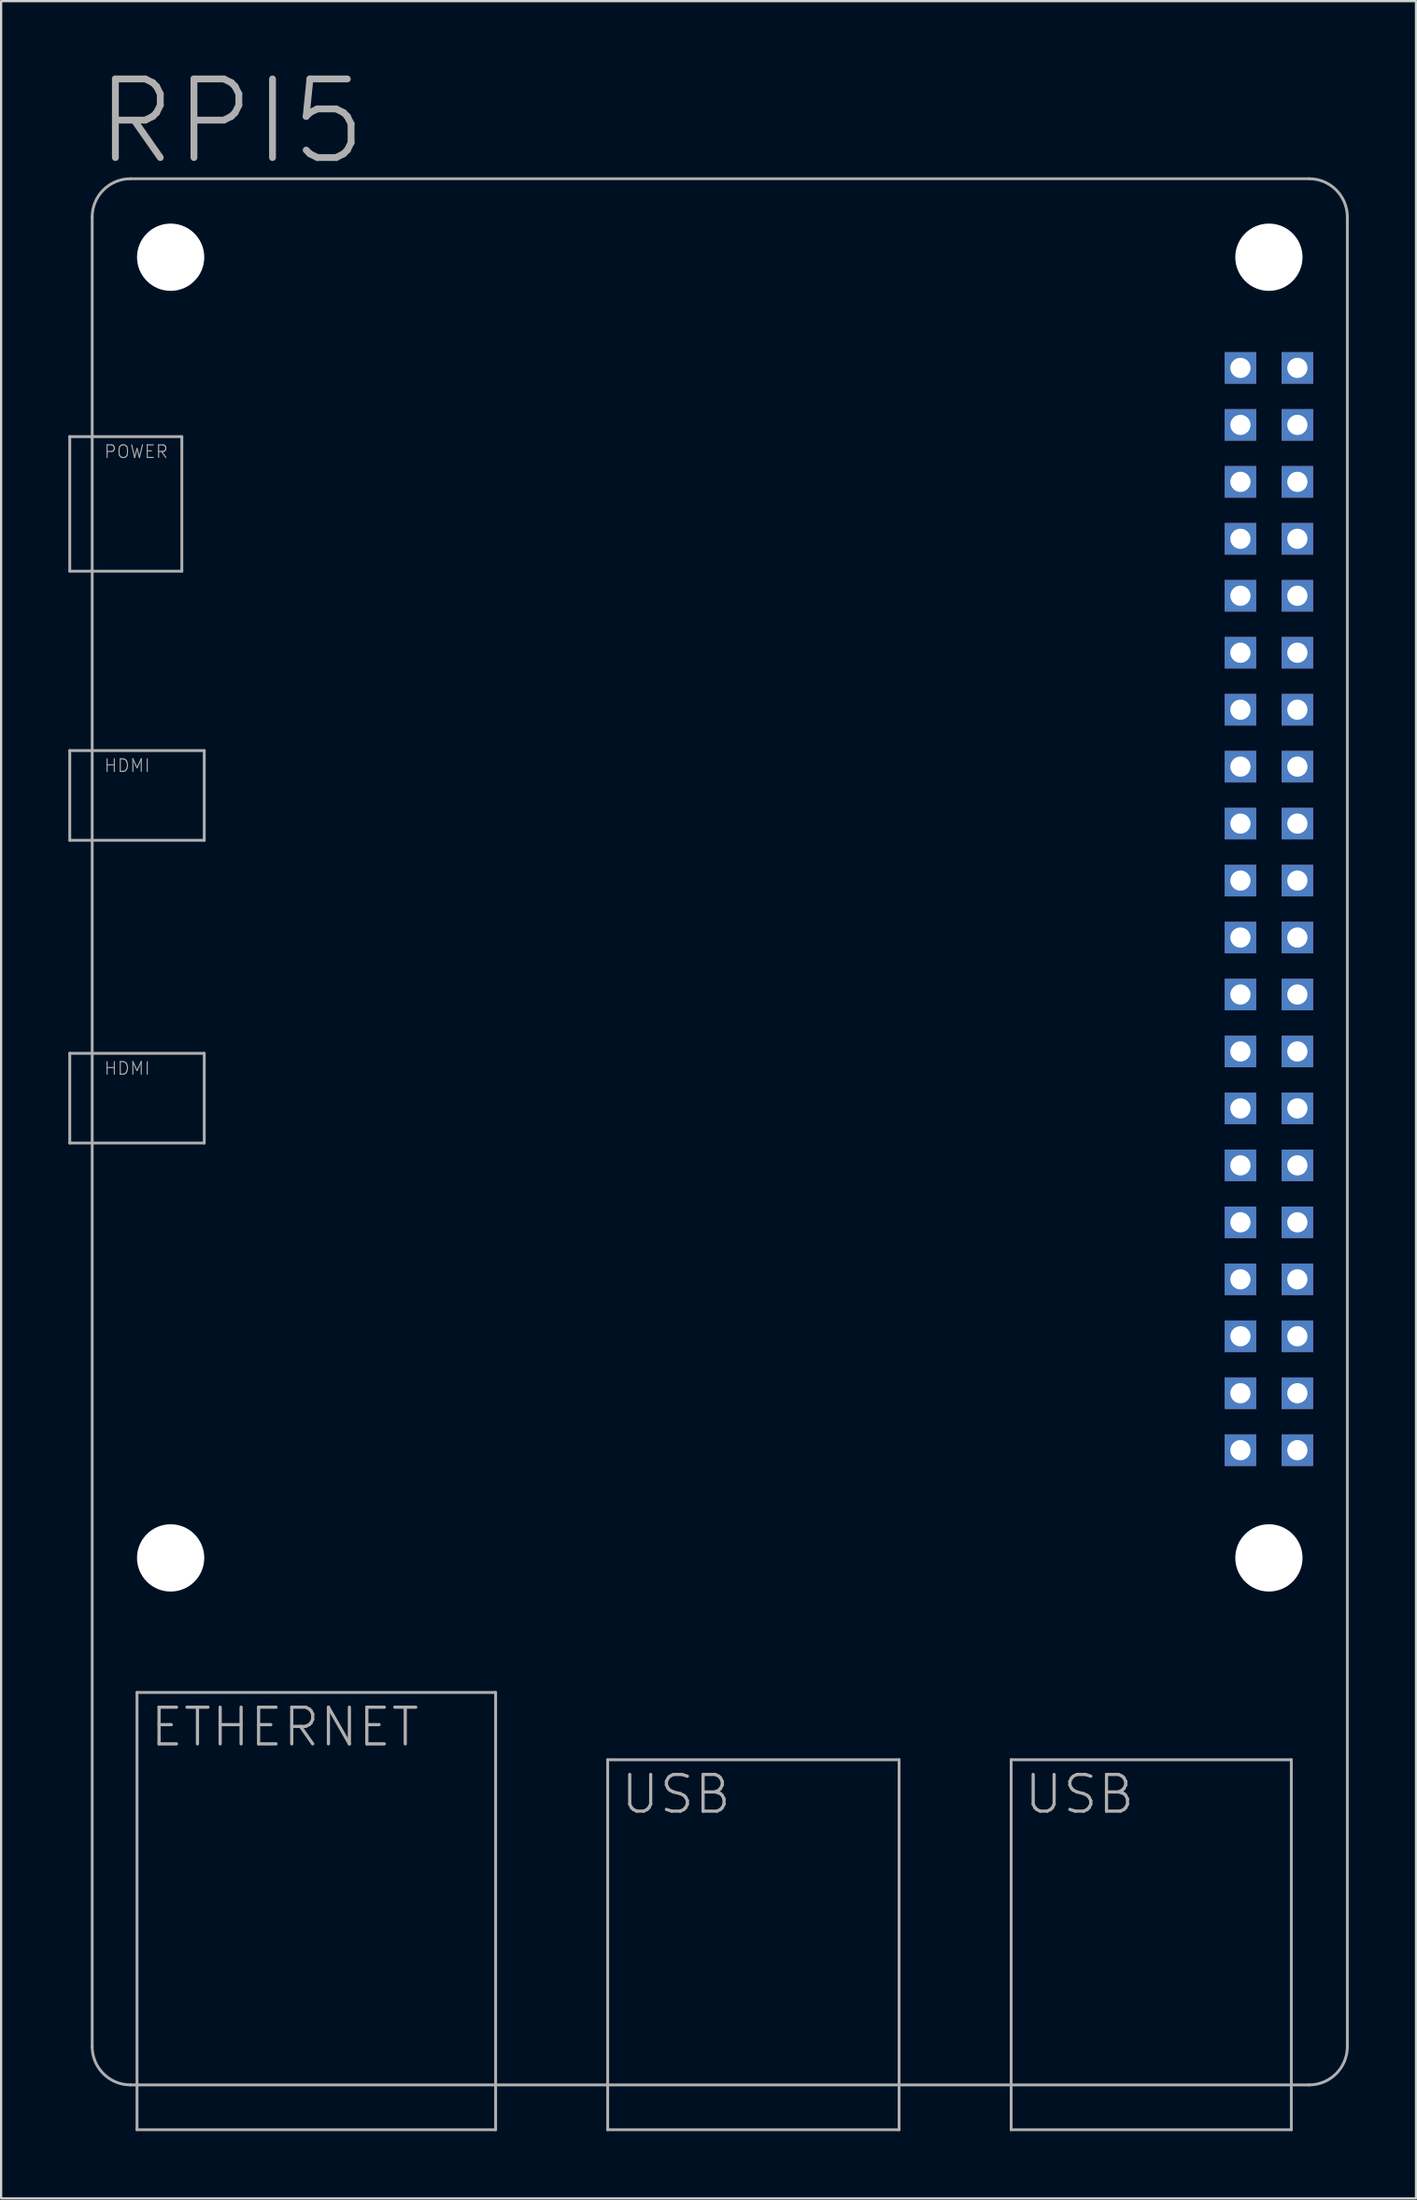
<source format=kicad_pcb>
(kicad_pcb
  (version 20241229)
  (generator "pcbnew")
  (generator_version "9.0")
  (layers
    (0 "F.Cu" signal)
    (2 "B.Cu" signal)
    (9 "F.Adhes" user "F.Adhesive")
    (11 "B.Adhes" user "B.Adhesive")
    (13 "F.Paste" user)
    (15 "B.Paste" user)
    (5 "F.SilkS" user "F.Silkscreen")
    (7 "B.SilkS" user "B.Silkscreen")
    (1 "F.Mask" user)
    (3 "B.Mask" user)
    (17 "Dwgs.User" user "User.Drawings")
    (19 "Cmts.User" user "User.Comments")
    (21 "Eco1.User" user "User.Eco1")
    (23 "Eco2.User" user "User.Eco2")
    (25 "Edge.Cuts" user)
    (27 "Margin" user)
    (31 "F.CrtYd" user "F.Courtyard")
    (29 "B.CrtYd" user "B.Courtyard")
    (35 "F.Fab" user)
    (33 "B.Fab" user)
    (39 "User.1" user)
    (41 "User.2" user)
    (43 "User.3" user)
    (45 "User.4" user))
  (footprint "RPI5"
    (layer "F.Cu")
    (at 52.563 13.42)
    (property "Reference" "RPI5" (at -51.5 -9 0) (unlocked yes) (layer "F.Fab") (effects (font (size 3.505 3.505) (thickness 0.305)) (justify left bottom)))
    (fp_line (start -52.5 3) (end -52.5 9) (stroke (width 0.127) (type solid)) (layer "F.Fab"))
    (fp_line (start -52.5 9) (end -47.5 9) (stroke (width 0.127) (type solid)) (layer "F.Fab"))
    (fp_line (start -52.5 17) (end -46.5 17) (stroke (width 0.127) (type solid)) (layer "F.Fab"))
    (fp_line (start -52.5 21) (end -52.5 17) (stroke (width 0.127) (type solid)) (layer "F.Fab"))
    (fp_line (start -52.5 30.5) (end -46.5 30.5) (stroke (width 0.127) (type solid)) (layer "F.Fab"))
    (fp_line (start -52.5 34.5) (end -52.5 30.5) (stroke (width 0.127) (type solid)) (layer "F.Fab"))
    (fp_line (start -51.5 -6.793) (end -51.5 74.793) (stroke (width 0.127) (type solid)) (layer "F.Fab"))
    (fp_line (start -49.793 76.5) (end 2.793 76.5) (stroke (width 0.127) (type solid)) (layer "F.Fab"))
    (fp_line (start -49.5 59) (end -33.5 59) (stroke (width 0.127) (type solid)) (layer "F.Fab"))
    (fp_line (start -49.5 78.5) (end -49.5 59) (stroke (width 0.127) (type solid)) (layer "F.Fab"))
    (fp_line (start -47.5 3) (end -52.5 3) (stroke (width 0.127) (type solid)) (layer "F.Fab"))
    (fp_line (start -47.5 9) (end -47.5 3) (stroke (width 0.127) (type solid)) (layer "F.Fab"))
    (fp_line (start -46.5 17) (end -46.5 21) (stroke (width 0.127) (type solid)) (layer "F.Fab"))
    (fp_line (start -46.5 21) (end -52.5 21) (stroke (width 0.127) (type solid)) (layer "F.Fab"))
    (fp_line (start -46.5 30.5) (end -46.5 34.5) (stroke (width 0.127) (type solid)) (layer "F.Fab"))
    (fp_line (start -46.5 34.5) (end -52.5 34.5) (stroke (width 0.127) (type solid)) (layer "F.Fab"))
    (fp_line (start -33.5 59) (end -33.5 78.5) (stroke (width 0.127) (type solid)) (layer "F.Fab"))
    (fp_line (start -33.5 78.5) (end -49.5 78.5) (stroke (width 0.127) (type solid)) (layer "F.Fab"))
    (fp_line (start -28.5 62) (end -15.5 62) (stroke (width 0.127) (type solid)) (layer "F.Fab"))
    (fp_line (start -28.5 78.5) (end -28.5 62) (stroke (width 0.127) (type solid)) (layer "F.Fab"))
    (fp_line (start -15.5 62) (end -15.5 78.5) (stroke (width 0.127) (type solid)) (layer "F.Fab"))
    (fp_line (start -15.5 78.5) (end -28.5 78.5) (stroke (width 0.127) (type solid)) (layer "F.Fab"))
    (fp_line (start -10.5 62) (end -10.5 78.5) (stroke (width 0.127) (type solid)) (layer "F.Fab"))
    (fp_line (start -10.5 78.5) (end 2 78.5) (stroke (width 0.127) (type solid)) (layer "F.Fab"))
    (fp_line (start 2 62) (end -10.5 62) (stroke (width 0.127) (type solid)) (layer "F.Fab"))
    (fp_line (start 2 78.5) (end 2 62) (stroke (width 0.127) (type solid)) (layer "F.Fab"))
    (fp_line (start 2.793 -8.5) (end -49.793 -8.5) (stroke (width 0.127) (type solid)) (layer "F.Fab"))
    (fp_line (start 4.5 74.793) (end 4.5 -6.793) (stroke (width 0.127) (type solid)) (layer "F.Fab"))
    (fp_arc (start -51.5 -6.792896) (mid -51.000001 -8.000001) (end -49.792896 -8.5) (stroke (width 0.127) (type solid)) (layer "F.Fab"))
    (fp_arc (start -49.792896 76.5) (mid -51.000001 76.000001) (end -51.5 74.792896) (stroke (width 0.127) (type solid)) (layer "F.Fab"))
    (fp_arc (start 2.792896 -8.5) (mid 4.000001 -8.000001) (end 4.5 -6.792896) (stroke (width 0.127) (type solid)) (layer "F.Fab"))
    (fp_arc (start 4.5 74.792896) (mid 4.000001 76.000001) (end 2.792896 76.5) (stroke (width 0.127) (type solid)) (layer "F.Fab"))
    (fp_text user "USB" (at -10 64.5 0) (unlocked yes) (layer "F.Fab") (effects (font (size 1.636 1.636) (thickness 0.142)) (justify left bottom)))
    (fp_text user "HDMI" (at -51 18 0) (unlocked yes) (layer "F.Fab") (effects (font (size 0.561 0.561) (thickness 0.049)) (justify left bottom)))
    (fp_text user "ETHERNET" (at -49 61.5 0) (unlocked yes) (layer "F.Fab") (effects (font (size 1.636 1.636) (thickness 0.142)) (justify left bottom)))
    (fp_text user "HDMI" (at -51 31.5 0) (unlocked yes) (layer "F.Fab") (effects (font (size 0.561 0.561) (thickness 0.049)) (justify left bottom)))
    (fp_text user "POWER" (at -51 4 0) (unlocked yes) (layer "F.Fab") (effects (font (size 0.561 0.561) (thickness 0.049)) (justify left bottom)))
    (fp_text user "USB" (at -28 64.5 0) (unlocked yes) (layer "F.Fab") (effects (font (size 1.636 1.636) (thickness 0.142)) (justify left bottom)))
    (pad "" np_thru_hole circle (at -48 -5) (size 3 3) (drill 3) (layers "*.Cu" "*.Mask"))
    (pad "" np_thru_hole circle (at -48 53) (size 3 3) (drill 3) (layers "*.Cu" "*.Mask"))
    (pad "" np_thru_hole circle (at 1 -5) (size 3 3) (drill 3) (layers "*.Cu" "*.Mask"))
    (pad "" np_thru_hole circle (at 1 53) (size 3 3) (drill 3) (layers "*.Cu" "*.Mask"))
    (pad "3V@1" thru_hole rect (at -0.27 -0.064) (size 1.408 1.408) (drill 0.9) (layers "*.Cu" "*.Mask"))
    (pad "3V@2" thru_hole rect (at -0.27 20.256) (size 1.408 1.408) (drill 0.9) (layers "*.Cu" "*.Mask"))
    (pad "5V@1" thru_hole rect (at 2.27 -0.064) (size 1.408 1.408) (drill 0.9) (layers "*.Cu" "*.Mask"))
    (pad "5V@2" thru_hole rect (at 2.27 2.477) (size 1.408 1.408) (drill 0.9) (layers "*.Cu" "*.Mask"))
    (pad "GND@1" thru_hole rect (at -0.27 10.097) (size 1.408 1.408) (drill 0.9) (layers "*.Cu" "*.Mask"))
    (pad "GND@2" thru_hole rect (at -0.27 30.416) (size 1.408 1.408) (drill 0.9) (layers "*.Cu" "*.Mask"))
    (pad "GND@3" thru_hole rect (at -0.27 48.197) (size 1.408 1.408) (drill 0.9) (layers "*.Cu" "*.Mask"))
    (pad "GND@4" thru_hole rect (at 2.27 5.016) (size 1.408 1.408) (drill 0.9) (layers "*.Cu" "*.Mask"))
    (pad "GND@5" thru_hole rect (at 2.27 15.177) (size 1.408 1.408) (drill 0.9) (layers "*.Cu" "*.Mask"))
    (pad "GND@6" thru_hole rect (at 2.27 22.797) (size 1.408 1.408) (drill 0.9) (layers "*.Cu" "*.Mask"))
    (pad "GND@7" thru_hole rect (at 2.27 35.496) (size 1.408 1.408) (drill 0.9) (layers "*.Cu" "*.Mask"))
    (pad "GND@8" thru_hole rect (at 2.27 40.577) (size 1.408 1.408) (drill 0.9) (layers "*.Cu" "*.Mask"))
    (pad "GPIO0" thru_hole rect (at -0.27 32.956) (size 1.408 1.408) (drill 0.9) (layers "*.Cu" "*.Mask"))
    (pad "GPIO1" thru_hole rect (at 2.27 32.956) (size 1.408 1.408) (drill 0.9) (layers "*.Cu" "*.Mask"))
    (pad "GPIO2" thru_hole rect (at -0.27 2.477) (size 1.408 1.408) (drill 0.9) (layers "*.Cu" "*.Mask"))
    (pad "GPIO3" thru_hole rect (at -0.27 5.016) (size 1.408 1.408) (drill 0.9) (layers "*.Cu" "*.Mask"))
    (pad "GPIO4" thru_hole rect (at -0.27 7.556) (size 1.408 1.408) (drill 0.9) (layers "*.Cu" "*.Mask"))
    (pad "GPIO5" thru_hole rect (at -0.27 35.496) (size 1.408 1.408) (drill 0.9) (layers "*.Cu" "*.Mask"))
    (pad "GPIO6" thru_hole rect (at -0.27 38.036) (size 1.408 1.408) (drill 0.9) (layers "*.Cu" "*.Mask"))
    (pad "GPIO7" thru_hole rect (at 2.27 30.416) (size 1.408 1.408) (drill 0.9) (layers "*.Cu" "*.Mask"))
    (pad "GPIO8" thru_hole rect (at 2.27 27.877) (size 1.408 1.408) (drill 0.9) (layers "*.Cu" "*.Mask"))
    (pad "GPIO9" thru_hole rect (at -0.27 25.337) (size 1.408 1.408) (drill 0.9) (layers "*.Cu" "*.Mask"))
    (pad "GPIO10" thru_hole rect (at -0.27 22.797) (size 1.408 1.408) (drill 0.9) (layers "*.Cu" "*.Mask"))
    (pad "GPIO11" thru_hole rect (at -0.27 27.877) (size 1.408 1.408) (drill 0.9) (layers "*.Cu" "*.Mask"))
    (pad "GPIO12" thru_hole rect (at 2.27 38.036) (size 1.408 1.408) (drill 0.9) (layers "*.Cu" "*.Mask"))
    (pad "GPIO13" thru_hole rect (at -0.27 40.577) (size 1.408 1.408) (drill 0.9) (layers "*.Cu" "*.Mask"))
    (pad "GPIO14" thru_hole rect (at 2.27 7.556) (size 1.408 1.408) (drill 0.9) (layers "*.Cu" "*.Mask"))
    (pad "GPIO15" thru_hole rect (at 2.27 10.097) (size 1.408 1.408) (drill 0.9) (layers "*.Cu" "*.Mask"))
    (pad "GPIO16" thru_hole rect (at 2.27 43.117) (size 1.408 1.408) (drill 0.9) (layers "*.Cu" "*.Mask"))
    (pad "GPIO17" thru_hole rect (at -0.27 12.636) (size 1.408 1.408) (drill 0.9) (layers "*.Cu" "*.Mask"))
    (pad "GPIO18" thru_hole rect (at 2.27 12.636) (size 1.408 1.408) (drill 0.9) (layers "*.Cu" "*.Mask"))
    (pad "GPIO19" thru_hole rect (at -0.27 43.117) (size 1.408 1.408) (drill 0.9) (layers "*.Cu" "*.Mask"))
    (pad "GPIO20" thru_hole rect (at 2.27 45.657) (size 1.408 1.408) (drill 0.9) (layers "*.Cu" "*.Mask"))
    (pad "GPIO21" thru_hole rect (at 2.27 48.197) (size 1.408 1.408) (drill 0.9) (layers "*.Cu" "*.Mask"))
    (pad "GPIO22" thru_hole rect (at -0.27 17.716) (size 1.408 1.408) (drill 0.9) (layers "*.Cu" "*.Mask"))
    (pad "GPIO23" thru_hole rect (at 2.27 17.716) (size 1.408 1.408) (drill 0.9) (layers "*.Cu" "*.Mask"))
    (pad "GPIO24" thru_hole rect (at 2.27 20.256) (size 1.408 1.408) (drill 0.9) (layers "*.Cu" "*.Mask"))
    (pad "GPIO25" thru_hole rect (at 2.27 25.337) (size 1.408 1.408) (drill 0.9) (layers "*.Cu" "*.Mask"))
    (pad "GPIO26" thru_hole rect (at -0.27 45.657) (size 1.408 1.408) (drill 0.9) (layers "*.Cu" "*.Mask"))
    (pad "GPIO27" thru_hole rect (at -0.27 15.177) (size 1.408 1.408) (drill 0.9) (layers "*.Cu" "*.Mask")))
  (gr_rect
    (start -3 -3)
    (end 60.127 94.983)
    (stroke (width 0.1) (type default))
    (fill no)
    (layer "Edge.Cuts")))
</source>
